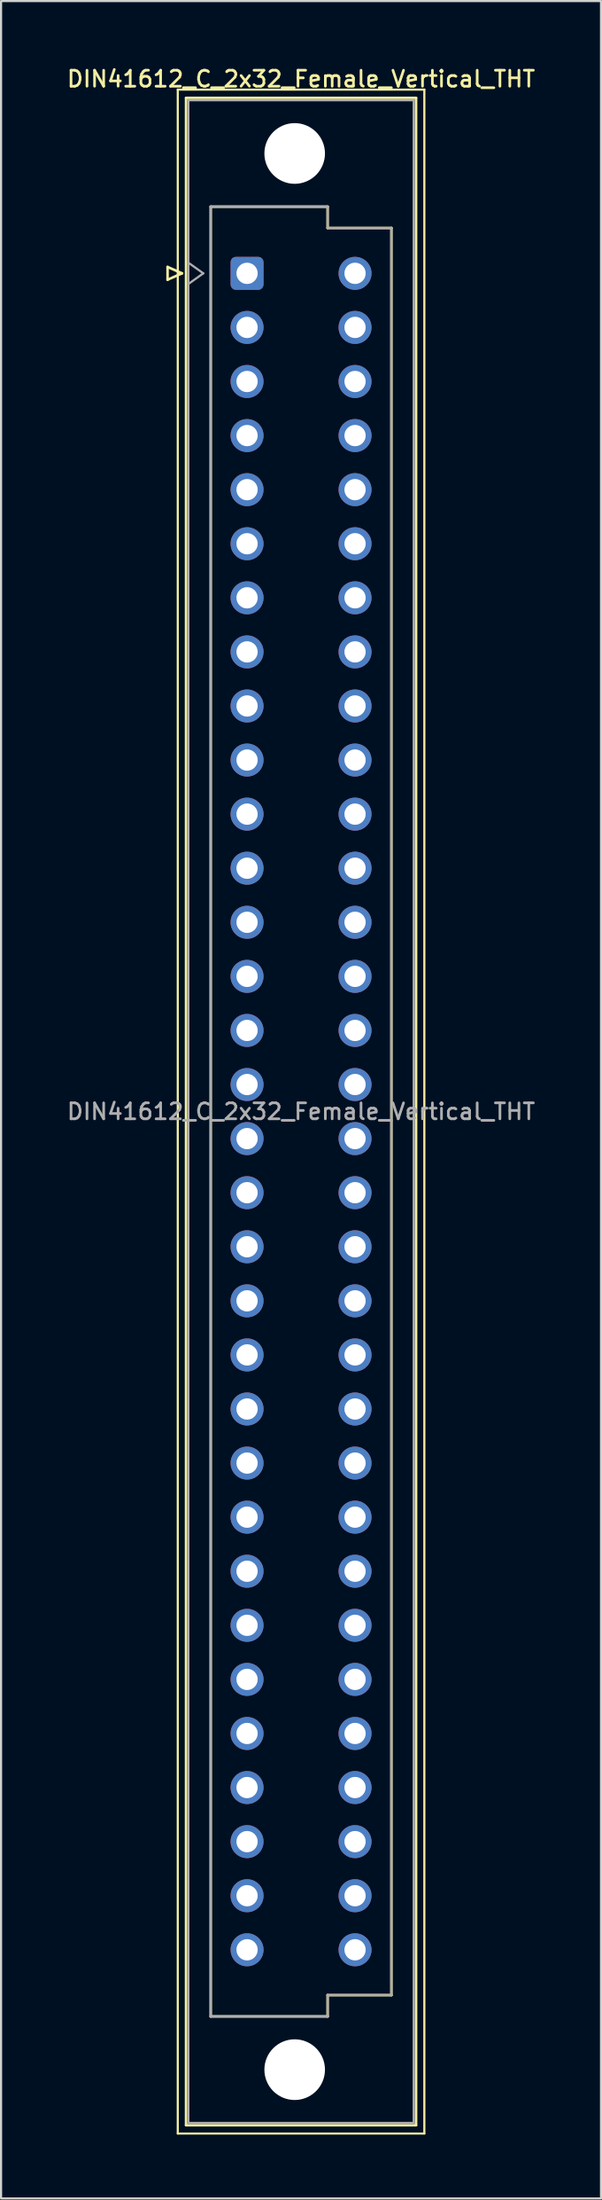
<source format=kicad_pcb>
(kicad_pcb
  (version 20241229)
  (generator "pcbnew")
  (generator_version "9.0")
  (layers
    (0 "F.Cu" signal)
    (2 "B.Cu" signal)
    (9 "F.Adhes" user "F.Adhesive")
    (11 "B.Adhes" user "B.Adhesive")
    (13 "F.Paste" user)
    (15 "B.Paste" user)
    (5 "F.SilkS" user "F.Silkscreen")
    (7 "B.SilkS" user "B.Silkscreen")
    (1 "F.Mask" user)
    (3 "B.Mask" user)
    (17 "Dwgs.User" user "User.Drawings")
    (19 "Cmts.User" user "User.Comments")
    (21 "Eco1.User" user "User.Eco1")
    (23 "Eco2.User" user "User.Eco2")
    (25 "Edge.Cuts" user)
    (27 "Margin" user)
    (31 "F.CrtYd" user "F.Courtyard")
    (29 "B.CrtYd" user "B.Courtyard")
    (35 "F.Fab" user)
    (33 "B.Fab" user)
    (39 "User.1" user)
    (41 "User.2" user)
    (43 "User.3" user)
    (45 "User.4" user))
  (footprint "DIN41612_C_2x32_Female_Vertical_THT"
    (layer "F.Cu")
    (at 8.573 9.788)
    (property "Reference" "DIN41612_C_2x32_Female_Vertical_THT" (at 2.54 -9.13 0) (layer "F.SilkS") (effects (font (size 0.75 0.75) (thickness 0.125))))
    (attr through_hole)
    (fp_line (start -3.74 -0.3) (end -3.74 0.3) (stroke (width 0.12) (type solid)) (layer "F.SilkS"))
    (fp_line (start -3.74 0.3) (end -3.06 0) (stroke (width 0.12) (type solid)) (layer "F.SilkS"))
    (fp_line (start -3.26 -8.63) (end 8.34 -8.63) (stroke (width 0.1) (type solid)) (layer "F.SilkS"))
    (fp_line (start -3.26 87.37) (end -3.26 -8.63) (stroke (width 0.1) (type solid)) (layer "F.SilkS"))
    (fp_line (start -3.06 0) (end -3.74 -0.3) (stroke (width 0.12) (type solid)) (layer "F.SilkS"))
    (fp_line (start -2.87 -8.24) (end 7.95 -8.24) (stroke (width 0.12) (type solid)) (layer "F.SilkS"))
    (fp_line (start -2.87 86.98) (end -2.87 -8.24) (stroke (width 0.12) (type solid)) (layer "F.SilkS"))
    (fp_line (start -1.71 -3.131) (end 3.79 -3.131) (stroke (width 0.12) (type solid)) (layer "F.SilkS"))
    (fp_line (start -1.71 81.87) (end -1.71 -3.131) (stroke (width 0.12) (type solid)) (layer "F.SilkS"))
    (fp_line (start 3.79 -3.131) (end 3.79 -2.131) (stroke (width 0.12) (type solid)) (layer "F.SilkS"))
    (fp_line (start 3.79 -2.131) (end 6.79 -2.131) (stroke (width 0.12) (type solid)) (layer "F.SilkS"))
    (fp_line (start 3.79 80.87) (end 3.79 81.87) (stroke (width 0.12) (type solid)) (layer "F.SilkS"))
    (fp_line (start 3.79 81.87) (end -1.71 81.87) (stroke (width 0.12) (type solid)) (layer "F.SilkS"))
    (fp_line (start 6.79 -2.131) (end 6.79 80.87) (stroke (width 0.12) (type solid)) (layer "F.SilkS"))
    (fp_line (start 6.79 80.87) (end 3.79 80.87) (stroke (width 0.12) (type solid)) (layer "F.SilkS"))
    (fp_line (start 7.95 -8.24) (end 7.95 86.98) (stroke (width 0.12) (type solid)) (layer "F.SilkS"))
    (fp_line (start 7.95 86.98) (end -2.87 86.98) (stroke (width 0.12) (type solid)) (layer "F.SilkS"))
    (fp_line (start 8.34 -8.63) (end 8.34 87.37) (stroke (width 0.1) (type solid)) (layer "F.SilkS"))
    (fp_line (start 8.34 87.37) (end -3.26 87.37) (stroke (width 0.1) (type solid)) (layer "F.SilkS"))
    (fp_line (start -2.76 -8.13) (end 7.84 -8.13) (stroke (width 0.1) (type solid)) (layer "F.Fab"))
    (fp_line (start -2.76 -0.5) (end -2.06 0) (stroke (width 0.1) (type solid)) (layer "F.Fab"))
    (fp_line (start -2.76 86.87) (end -2.76 -8.13) (stroke (width 0.1) (type solid)) (layer "F.Fab"))
    (fp_line (start -2.06 0) (end -2.76 0.5) (stroke (width 0.1) (type solid)) (layer "F.Fab"))
    (fp_line (start -1.71 -3.13) (end 3.79 -3.13) (stroke (width 0.1) (type solid)) (layer "F.Fab"))
    (fp_line (start -1.71 81.87) (end -1.71 -3.13) (stroke (width 0.1) (type solid)) (layer "F.Fab"))
    (fp_line (start 3.79 -3.13) (end 3.79 -2.13) (stroke (width 0.1) (type solid)) (layer "F.Fab"))
    (fp_line (start 3.79 -2.13) (end 6.79 -2.13) (stroke (width 0.1) (type solid)) (layer "F.Fab"))
    (fp_line (start 3.79 80.87) (end 3.79 81.87) (stroke (width 0.1) (type solid)) (layer "F.Fab"))
    (fp_line (start 3.79 81.87) (end -1.71 81.87) (stroke (width 0.1) (type solid)) (layer "F.Fab"))
    (fp_line (start 6.79 -2.13) (end 6.79 80.87) (stroke (width 0.1) (type solid)) (layer "F.Fab"))
    (fp_line (start 6.79 80.87) (end 3.79 80.87) (stroke (width 0.1) (type solid)) (layer "F.Fab"))
    (fp_line (start 7.84 -8.13) (end 7.84 86.87) (stroke (width 0.1) (type solid)) (layer "F.Fab"))
    (fp_line (start 7.84 86.87) (end -2.76 86.87) (stroke (width 0.1) (type solid)) (layer "F.Fab"))
    (fp_text user "${REFERENCE}" (at 2.54 39.37 0) (layer "F.Fab") (effects (font (size 0.75 0.75) (thickness 0.125))))
    (pad "" np_thru_hole circle (at 2.24 -5.63) (size 2.85 2.85) (drill 2.85) (layers "*.Cu" "*.Mask"))
    (pad "" np_thru_hole circle (at 2.24 84.37) (size 2.85 2.85) (drill 2.85) (layers "*.Cu" "*.Mask"))
    (pad "a1" thru_hole roundrect (at 0 0) (size 1.55 1.55) (drill 1) (layers "*.Cu" "*.Mask") (roundrect_rratio 0.161))
    (pad "a2" thru_hole circle (at 0 2.54) (size 1.55 1.55) (drill 1) (layers "*.Cu" "*.Mask"))
    (pad "a3" thru_hole circle (at 0 5.08) (size 1.55 1.55) (drill 1) (layers "*.Cu" "*.Mask"))
    (pad "a4" thru_hole circle (at 0 7.62) (size 1.55 1.55) (drill 1) (layers "*.Cu" "*.Mask"))
    (pad "a5" thru_hole circle (at 0 10.16) (size 1.55 1.55) (drill 1) (layers "*.Cu" "*.Mask"))
    (pad "a6" thru_hole circle (at 0 12.7) (size 1.55 1.55) (drill 1) (layers "*.Cu" "*.Mask"))
    (pad "a7" thru_hole circle (at 0 15.24) (size 1.55 1.55) (drill 1) (layers "*.Cu" "*.Mask"))
    (pad "a8" thru_hole circle (at 0 17.78) (size 1.55 1.55) (drill 1) (layers "*.Cu" "*.Mask"))
    (pad "a9" thru_hole circle (at 0 20.32) (size 1.55 1.55) (drill 1) (layers "*.Cu" "*.Mask"))
    (pad "a10" thru_hole circle (at 0 22.86) (size 1.55 1.55) (drill 1) (layers "*.Cu" "*.Mask"))
    (pad "a11" thru_hole circle (at 0 25.4) (size 1.55 1.55) (drill 1) (layers "*.Cu" "*.Mask"))
    (pad "a12" thru_hole circle (at 0 27.94) (size 1.55 1.55) (drill 1) (layers "*.Cu" "*.Mask"))
    (pad "a13" thru_hole circle (at 0 30.48) (size 1.55 1.55) (drill 1) (layers "*.Cu" "*.Mask"))
    (pad "a14" thru_hole circle (at 0 33.02) (size 1.55 1.55) (drill 1) (layers "*.Cu" "*.Mask"))
    (pad "a15" thru_hole circle (at 0 35.56) (size 1.55 1.55) (drill 1) (layers "*.Cu" "*.Mask"))
    (pad "a16" thru_hole circle (at 0 38.1) (size 1.55 1.55) (drill 1) (layers "*.Cu" "*.Mask"))
    (pad "a17" thru_hole circle (at 0 40.64) (size 1.55 1.55) (drill 1) (layers "*.Cu" "*.Mask"))
    (pad "a18" thru_hole circle (at 0 43.18) (size 1.55 1.55) (drill 1) (layers "*.Cu" "*.Mask"))
    (pad "a19" thru_hole circle (at 0 45.72) (size 1.55 1.55) (drill 1) (layers "*.Cu" "*.Mask"))
    (pad "a20" thru_hole circle (at 0 48.26) (size 1.55 1.55) (drill 1) (layers "*.Cu" "*.Mask"))
    (pad "a21" thru_hole circle (at 0 50.8) (size 1.55 1.55) (drill 1) (layers "*.Cu" "*.Mask"))
    (pad "a22" thru_hole circle (at 0 53.34) (size 1.55 1.55) (drill 1) (layers "*.Cu" "*.Mask"))
    (pad "a23" thru_hole circle (at 0 55.88) (size 1.55 1.55) (drill 1) (layers "*.Cu" "*.Mask"))
    (pad "a24" thru_hole circle (at 0 58.42) (size 1.55 1.55) (drill 1) (layers "*.Cu" "*.Mask"))
    (pad "a25" thru_hole circle (at 0 60.96) (size 1.55 1.55) (drill 1) (layers "*.Cu" "*.Mask"))
    (pad "a26" thru_hole circle (at 0 63.5) (size 1.55 1.55) (drill 1) (layers "*.Cu" "*.Mask"))
    (pad "a27" thru_hole circle (at 0 66.04) (size 1.55 1.55) (drill 1) (layers "*.Cu" "*.Mask"))
    (pad "a28" thru_hole circle (at 0 68.58) (size 1.55 1.55) (drill 1) (layers "*.Cu" "*.Mask"))
    (pad "a29" thru_hole circle (at 0 71.12) (size 1.55 1.55) (drill 1) (layers "*.Cu" "*.Mask"))
    (pad "a30" thru_hole circle (at 0 73.66) (size 1.55 1.55) (drill 1) (layers "*.Cu" "*.Mask"))
    (pad "a31" thru_hole circle (at 0 76.2) (size 1.55 1.55) (drill 1) (layers "*.Cu" "*.Mask"))
    (pad "a32" thru_hole circle (at 0 78.74) (size 1.55 1.55) (drill 1) (layers "*.Cu" "*.Mask"))
    (pad "c1" thru_hole circle (at 5.08 0) (size 1.55 1.55) (drill 1) (layers "*.Cu" "*.Mask"))
    (pad "c2" thru_hole circle (at 5.08 2.54) (size 1.55 1.55) (drill 1) (layers "*.Cu" "*.Mask"))
    (pad "c3" thru_hole circle (at 5.08 5.08) (size 1.55 1.55) (drill 1) (layers "*.Cu" "*.Mask"))
    (pad "c4" thru_hole circle (at 5.08 7.62) (size 1.55 1.55) (drill 1) (layers "*.Cu" "*.Mask"))
    (pad "c5" thru_hole circle (at 5.08 10.16) (size 1.55 1.55) (drill 1) (layers "*.Cu" "*.Mask"))
    (pad "c6" thru_hole circle (at 5.08 12.7) (size 1.55 1.55) (drill 1) (layers "*.Cu" "*.Mask"))
    (pad "c7" thru_hole circle (at 5.08 15.24) (size 1.55 1.55) (drill 1) (layers "*.Cu" "*.Mask"))
    (pad "c8" thru_hole circle (at 5.08 17.78) (size 1.55 1.55) (drill 1) (layers "*.Cu" "*.Mask"))
    (pad "c9" thru_hole circle (at 5.08 20.32) (size 1.55 1.55) (drill 1) (layers "*.Cu" "*.Mask"))
    (pad "c10" thru_hole circle (at 5.08 22.86) (size 1.55 1.55) (drill 1) (layers "*.Cu" "*.Mask"))
    (pad "c11" thru_hole circle (at 5.08 25.4) (size 1.55 1.55) (drill 1) (layers "*.Cu" "*.Mask"))
    (pad "c12" thru_hole circle (at 5.08 27.94) (size 1.55 1.55) (drill 1) (layers "*.Cu" "*.Mask"))
    (pad "c13" thru_hole circle (at 5.08 30.48) (size 1.55 1.55) (drill 1) (layers "*.Cu" "*.Mask"))
    (pad "c14" thru_hole circle (at 5.08 33.02) (size 1.55 1.55) (drill 1) (layers "*.Cu" "*.Mask"))
    (pad "c15" thru_hole circle (at 5.08 35.56) (size 1.55 1.55) (drill 1) (layers "*.Cu" "*.Mask"))
    (pad "c16" thru_hole circle (at 5.08 38.1) (size 1.55 1.55) (drill 1) (layers "*.Cu" "*.Mask"))
    (pad "c17" thru_hole circle (at 5.08 40.64) (size 1.55 1.55) (drill 1) (layers "*.Cu" "*.Mask"))
    (pad "c18" thru_hole circle (at 5.08 43.18) (size 1.55 1.55) (drill 1) (layers "*.Cu" "*.Mask"))
    (pad "c19" thru_hole circle (at 5.08 45.72) (size 1.55 1.55) (drill 1) (layers "*.Cu" "*.Mask"))
    (pad "c20" thru_hole circle (at 5.08 48.26) (size 1.55 1.55) (drill 1) (layers "*.Cu" "*.Mask"))
    (pad "c21" thru_hole circle (at 5.08 50.8) (size 1.55 1.55) (drill 1) (layers "*.Cu" "*.Mask"))
    (pad "c22" thru_hole circle (at 5.08 53.34) (size 1.55 1.55) (drill 1) (layers "*.Cu" "*.Mask"))
    (pad "c23" thru_hole circle (at 5.08 55.88) (size 1.55 1.55) (drill 1) (layers "*.Cu" "*.Mask"))
    (pad "c24" thru_hole circle (at 5.08 58.42) (size 1.55 1.55) (drill 1) (layers "*.Cu" "*.Mask"))
    (pad "c25" thru_hole circle (at 5.08 60.96) (size 1.55 1.55) (drill 1) (layers "*.Cu" "*.Mask"))
    (pad "c26" thru_hole circle (at 5.08 63.5) (size 1.55 1.55) (drill 1) (layers "*.Cu" "*.Mask"))
    (pad "c27" thru_hole circle (at 5.08 66.04) (size 1.55 1.55) (drill 1) (layers "*.Cu" "*.Mask"))
    (pad "c28" thru_hole circle (at 5.08 68.58) (size 1.55 1.55) (drill 1) (layers "*.Cu" "*.Mask"))
    (pad "c29" thru_hole circle (at 5.08 71.12) (size 1.55 1.55) (drill 1) (layers "*.Cu" "*.Mask"))
    (pad "c30" thru_hole circle (at 5.08 73.66) (size 1.55 1.55) (drill 1) (layers "*.Cu" "*.Mask"))
    (pad "c31" thru_hole circle (at 5.08 76.2) (size 1.55 1.55) (drill 1) (layers "*.Cu" "*.Mask"))
    (pad "c32" thru_hole circle (at 5.08 78.74) (size 1.55 1.55) (drill 1) (layers "*.Cu" "*.Mask")))
  (gr_rect
    (start -3 -3)
    (end 25.225 100.208)
    (stroke (width 0.1) (type default))
    (fill no)
    (layer "Edge.Cuts")))
</source>
